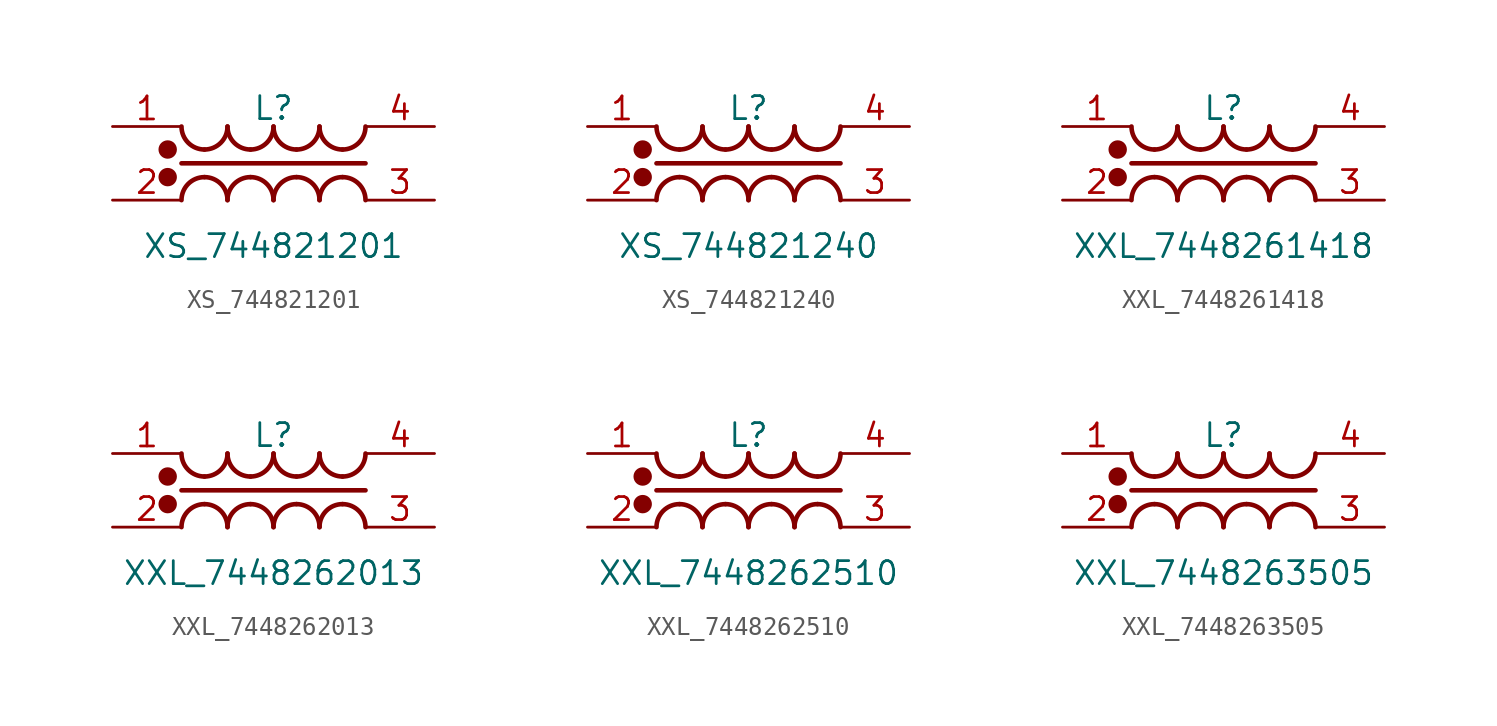
<source format=kicad_sym>
(kicad_symbol_lib
  (version 20211014)
  (generator kicad_symbol_editor)
  (symbol "Inductor_Wurth_WE-CMB:XS_744821201"
    (pin_names hide)
    (property "Reference" "L"
      (at 0 5.08 0)
      (effects (font (size 1.27 1.27))))
    (property "Value" "XS_744821201"
      (at 0 -2.54 0)
      (effects (font (size 1.27 1.27))))
    (symbol "XS_744821201_0_1"
      (arc (start -5.08 4.064) (mid -4.708 3.166) (end -3.81 2.794) (stroke (width 0.254) (type default)) (fill (type none)))
      (arc (start -3.81 1.27) (mid -4.708 0.898) (end -5.08 0) (stroke (width 0.254) (type default)) (fill (type none)))
      (arc (start -3.81 2.794) (mid -2.912 3.166) (end -2.54 4.064) (stroke (width 0.254) (type default)) (fill (type none)))
      (arc (start -2.54 0) (mid -2.912 0.898) (end -3.81 1.27) (stroke (width 0.254) (type default)) (fill (type none)))
      (arc (start -2.5399 4.0639) (mid -2.1679 3.1659) (end -1.2699 2.7939) (stroke (width 0.254) (type default)) (fill (type none)))
      (arc (start -1.2699 1.2701) (mid -2.1679 0.8981) (end -2.5399 0.0001) (stroke (width 0.254) (type default)) (fill (type none)))
      (arc (start -1.2699 2.7939) (mid -0.3719 3.1659) (end 0.0001 4.0639) (stroke (width 0.254) (type default)) (fill (type none)))
      (arc (start 0.0001 0.0001) (mid -0.3719 0.8981) (end -1.2699 1.2701) (stroke (width 0.254) (type default)) (fill (type none)))
      (polyline (pts (xy -5.08 2.032) (xy 5.08 2.032)) (stroke (width 0.254) (type default)) (fill (type none)))
      (arc (start 0.0001 4.0639) (mid 0.3721 3.166) (end 1.2701 2.7939) (stroke (width 0.254) (type default)) (fill (type none)))
      (arc (start 1.2701 1.2701) (mid 0.3721 0.8981) (end 0.0001 0.0001) (stroke (width 0.254) (type default)) (fill (type none)))
      (arc (start 1.2701 2.7939) (mid 2.1681 3.1659) (end 2.5401 4.0639) (stroke (width 0.254) (type default)) (fill (type none)))
      (arc (start 2.5401 0.0001) (mid 2.1681 0.8981) (end 1.2701 1.2701) (stroke (width 0.254) (type default)) (fill (type none)))
      (arc (start 2.5401 4.0639) (mid 2.9121 3.166) (end 3.8101 2.7939) (stroke (width 0.254) (type default)) (fill (type none)))
      (arc (start 3.8101 1.2701) (mid 2.9121 0.8981) (end 2.5401 0.0001) (stroke (width 0.254) (type default)) (fill (type none)))
      (arc (start 3.8101 2.7939) (mid 4.7081 3.1659) (end 5.0801 4.0639) (stroke (width 0.254) (type default)) (fill (type none)))
      (arc (start 5.0801 0.0001) (mid 4.7081 0.8981) (end 3.8101 1.2701) (stroke (width 0.254) (type default)) (fill (type none))))
    (symbol "XS_744821201_1_1"
      (circle (center -5.842 1.27) (radius 0.0001) (stroke (width 0.508) (type default)) (fill (type none)))
      (circle (center -5.842 2.794) (radius 0.0001) (stroke (width 0.508) (type default)) (fill (type none)))
      (pin passive line (at -8.89 4.064 0) (length 3.81) (name "1" (effects (font (size 1.27 1.27)))) (number "1" (effects (font (size 1.27 1.27)))))
      (pin passive line (at -8.89 0 0) (length 3.81) (name "2" (effects (font (size 1.27 1.27)))) (number "2" (effects (font (size 1.27 1.27)))))
      (pin passive line (at 8.89 0 180) (length 3.81) (name "3" (effects (font (size 1.27 1.27)))) (number "3" (effects (font (size 1.27 1.27)))))
      (pin passive line (at 8.89 4.064 180) (length 3.81) (name "4" (effects (font (size 1.27 1.27)))) (number "4" (effects (font (size 1.27 1.27)))))))
  (symbol "Inductor_Wurth_WE-CMB:XS_744821240"
    (pin_names hide)
    (property "Reference" "L"
      (at 0 5.08 0)
      (effects (font (size 1.27 1.27))))
    (property "Value" "XS_744821240"
      (at 0 -2.54 0)
      (effects (font (size 1.27 1.27))))
    (symbol "XS_744821240_0_1"
      (arc (start -5.08 4.064) (mid -4.708 3.166) (end -3.81 2.794) (stroke (width 0.254) (type default)) (fill (type none)))
      (arc (start -3.81 1.27) (mid -4.708 0.898) (end -5.08 0) (stroke (width 0.254) (type default)) (fill (type none)))
      (arc (start -3.81 2.794) (mid -2.912 3.166) (end -2.54 4.064) (stroke (width 0.254) (type default)) (fill (type none)))
      (arc (start -2.54 0) (mid -2.912 0.898) (end -3.81 1.27) (stroke (width 0.254) (type default)) (fill (type none)))
      (arc (start -2.5399 4.0639) (mid -2.1679 3.1659) (end -1.2699 2.7939) (stroke (width 0.254) (type default)) (fill (type none)))
      (arc (start -1.2699 1.2701) (mid -2.1679 0.8981) (end -2.5399 0.0001) (stroke (width 0.254) (type default)) (fill (type none)))
      (arc (start -1.2699 2.7939) (mid -0.3719 3.1659) (end 0.0001 4.0639) (stroke (width 0.254) (type default)) (fill (type none)))
      (arc (start 0.0001 0.0001) (mid -0.3719 0.8981) (end -1.2699 1.2701) (stroke (width 0.254) (type default)) (fill (type none)))
      (polyline (pts (xy -5.08 2.032) (xy 5.08 2.032)) (stroke (width 0.254) (type default)) (fill (type none)))
      (arc (start 0.0001 4.0639) (mid 0.3721 3.166) (end 1.2701 2.7939) (stroke (width 0.254) (type default)) (fill (type none)))
      (arc (start 1.2701 1.2701) (mid 0.3721 0.8981) (end 0.0001 0.0001) (stroke (width 0.254) (type default)) (fill (type none)))
      (arc (start 1.2701 2.7939) (mid 2.1681 3.1659) (end 2.5401 4.0639) (stroke (width 0.254) (type default)) (fill (type none)))
      (arc (start 2.5401 0.0001) (mid 2.1681 0.8981) (end 1.2701 1.2701) (stroke (width 0.254) (type default)) (fill (type none)))
      (arc (start 2.5401 4.0639) (mid 2.9121 3.166) (end 3.8101 2.7939) (stroke (width 0.254) (type default)) (fill (type none)))
      (arc (start 3.8101 1.2701) (mid 2.9121 0.8981) (end 2.5401 0.0001) (stroke (width 0.254) (type default)) (fill (type none)))
      (arc (start 3.8101 2.7939) (mid 4.7081 3.1659) (end 5.0801 4.0639) (stroke (width 0.254) (type default)) (fill (type none)))
      (arc (start 5.0801 0.0001) (mid 4.7081 0.8981) (end 3.8101 1.2701) (stroke (width 0.254) (type default)) (fill (type none))))
    (symbol "XS_744821240_1_1"
      (circle (center -5.842 1.27) (radius 0.0001) (stroke (width 0.508) (type default)) (fill (type none)))
      (circle (center -5.842 2.794) (radius 0.0001) (stroke (width 0.508) (type default)) (fill (type none)))
      (pin passive line (at -8.89 4.064 0) (length 3.81) (name "1" (effects (font (size 1.27 1.27)))) (number "1" (effects (font (size 1.27 1.27)))))
      (pin passive line (at -8.89 0 0) (length 3.81) (name "2" (effects (font (size 1.27 1.27)))) (number "2" (effects (font (size 1.27 1.27)))))
      (pin passive line (at 8.89 0 180) (length 3.81) (name "3" (effects (font (size 1.27 1.27)))) (number "3" (effects (font (size 1.27 1.27)))))
      (pin passive line (at 8.89 4.064 180) (length 3.81) (name "4" (effects (font (size 1.27 1.27)))) (number "4" (effects (font (size 1.27 1.27)))))))
  (symbol "Inductor_Wurth_WE-CMB:XXL_7448261418"
    (pin_names hide)
    (property "Reference" "L"
      (at 0 5.08 0)
      (effects (font (size 1.27 1.27))))
    (property "Value" "XXL_7448261418"
      (at 0 -2.54 0)
      (effects (font (size 1.27 1.27))))
    (symbol "XXL_7448261418_0_1"
      (arc (start -5.08 4.064) (mid -4.708 3.166) (end -3.81 2.794) (stroke (width 0.254) (type default)) (fill (type none)))
      (arc (start -3.81 1.27) (mid -4.708 0.898) (end -5.08 0) (stroke (width 0.254) (type default)) (fill (type none)))
      (arc (start -3.81 2.794) (mid -2.912 3.166) (end -2.54 4.064) (stroke (width 0.254) (type default)) (fill (type none)))
      (arc (start -2.54 0) (mid -2.912 0.898) (end -3.81 1.27) (stroke (width 0.254) (type default)) (fill (type none)))
      (arc (start -2.5399 4.0639) (mid -2.1679 3.1659) (end -1.2699 2.7939) (stroke (width 0.254) (type default)) (fill (type none)))
      (arc (start -1.2699 1.2701) (mid -2.1679 0.8981) (end -2.5399 0.0001) (stroke (width 0.254) (type default)) (fill (type none)))
      (arc (start -1.2699 2.7939) (mid -0.3719 3.1659) (end 0.0001 4.0639) (stroke (width 0.254) (type default)) (fill (type none)))
      (arc (start 0.0001 0.0001) (mid -0.3719 0.8981) (end -1.2699 1.2701) (stroke (width 0.254) (type default)) (fill (type none)))
      (polyline (pts (xy -5.08 2.032) (xy 5.08 2.032)) (stroke (width 0.254) (type default)) (fill (type none)))
      (arc (start 0.0001 4.0639) (mid 0.3721 3.166) (end 1.2701 2.7939) (stroke (width 0.254) (type default)) (fill (type none)))
      (arc (start 1.2701 1.2701) (mid 0.3721 0.8981) (end 0.0001 0.0001) (stroke (width 0.254) (type default)) (fill (type none)))
      (arc (start 1.2701 2.7939) (mid 2.1681 3.1659) (end 2.5401 4.0639) (stroke (width 0.254) (type default)) (fill (type none)))
      (arc (start 2.5401 0.0001) (mid 2.1681 0.8981) (end 1.2701 1.2701) (stroke (width 0.254) (type default)) (fill (type none)))
      (arc (start 2.5401 4.0639) (mid 2.9121 3.166) (end 3.8101 2.7939) (stroke (width 0.254) (type default)) (fill (type none)))
      (arc (start 3.8101 1.2701) (mid 2.9121 0.8981) (end 2.5401 0.0001) (stroke (width 0.254) (type default)) (fill (type none)))
      (arc (start 3.8101 2.7939) (mid 4.7081 3.1659) (end 5.0801 4.0639) (stroke (width 0.254) (type default)) (fill (type none)))
      (arc (start 5.0801 0.0001) (mid 4.7081 0.8981) (end 3.8101 1.2701) (stroke (width 0.254) (type default)) (fill (type none))))
    (symbol "XXL_7448261418_1_1"
      (circle (center -5.842 1.27) (radius 0.0001) (stroke (width 0.508) (type default)) (fill (type none)))
      (circle (center -5.842 2.794) (radius 0.0001) (stroke (width 0.508) (type default)) (fill (type none)))
      (pin passive line (at -8.89 4.064 0) (length 3.81) (name "1" (effects (font (size 1.27 1.27)))) (number "1" (effects (font (size 1.27 1.27)))))
      (pin passive line (at -8.89 0 0) (length 3.81) (name "2" (effects (font (size 1.27 1.27)))) (number "2" (effects (font (size 1.27 1.27)))))
      (pin passive line (at 8.89 0 180) (length 3.81) (name "3" (effects (font (size 1.27 1.27)))) (number "3" (effects (font (size 1.27 1.27)))))
      (pin passive line (at 8.89 4.064 180) (length 3.81) (name "4" (effects (font (size 1.27 1.27)))) (number "4" (effects (font (size 1.27 1.27)))))))
  (symbol "Inductor_Wurth_WE-CMB:XXL_7448262013"
    (pin_names hide)
    (property "Reference" "L"
      (at 0 5.08 0)
      (effects (font (size 1.27 1.27))))
    (property "Value" "XXL_7448262013"
      (at 0 -2.54 0)
      (effects (font (size 1.27 1.27))))
    (symbol "XXL_7448262013_0_1"
      (arc (start -5.08 4.064) (mid -4.708 3.166) (end -3.81 2.794) (stroke (width 0.254) (type default)) (fill (type none)))
      (arc (start -3.81 1.27) (mid -4.708 0.898) (end -5.08 0) (stroke (width 0.254) (type default)) (fill (type none)))
      (arc (start -3.81 2.794) (mid -2.912 3.166) (end -2.54 4.064) (stroke (width 0.254) (type default)) (fill (type none)))
      (arc (start -2.54 0) (mid -2.912 0.898) (end -3.81 1.27) (stroke (width 0.254) (type default)) (fill (type none)))
      (arc (start -2.5399 4.0639) (mid -2.1679 3.1659) (end -1.2699 2.7939) (stroke (width 0.254) (type default)) (fill (type none)))
      (arc (start -1.2699 1.2701) (mid -2.1679 0.8981) (end -2.5399 0.0001) (stroke (width 0.254) (type default)) (fill (type none)))
      (arc (start -1.2699 2.7939) (mid -0.3719 3.1659) (end 0.0001 4.0639) (stroke (width 0.254) (type default)) (fill (type none)))
      (arc (start 0.0001 0.0001) (mid -0.3719 0.8981) (end -1.2699 1.2701) (stroke (width 0.254) (type default)) (fill (type none)))
      (polyline (pts (xy -5.08 2.032) (xy 5.08 2.032)) (stroke (width 0.254) (type default)) (fill (type none)))
      (arc (start 0.0001 4.0639) (mid 0.3721 3.166) (end 1.2701 2.7939) (stroke (width 0.254) (type default)) (fill (type none)))
      (arc (start 1.2701 1.2701) (mid 0.3721 0.8981) (end 0.0001 0.0001) (stroke (width 0.254) (type default)) (fill (type none)))
      (arc (start 1.2701 2.7939) (mid 2.1681 3.1659) (end 2.5401 4.0639) (stroke (width 0.254) (type default)) (fill (type none)))
      (arc (start 2.5401 0.0001) (mid 2.1681 0.8981) (end 1.2701 1.2701) (stroke (width 0.254) (type default)) (fill (type none)))
      (arc (start 2.5401 4.0639) (mid 2.9121 3.166) (end 3.8101 2.7939) (stroke (width 0.254) (type default)) (fill (type none)))
      (arc (start 3.8101 1.2701) (mid 2.9121 0.8981) (end 2.5401 0.0001) (stroke (width 0.254) (type default)) (fill (type none)))
      (arc (start 3.8101 2.7939) (mid 4.7081 3.1659) (end 5.0801 4.0639) (stroke (width 0.254) (type default)) (fill (type none)))
      (arc (start 5.0801 0.0001) (mid 4.7081 0.8981) (end 3.8101 1.2701) (stroke (width 0.254) (type default)) (fill (type none))))
    (symbol "XXL_7448262013_1_1"
      (circle (center -5.842 1.27) (radius 0.0001) (stroke (width 0.508) (type default)) (fill (type none)))
      (circle (center -5.842 2.794) (radius 0.0001) (stroke (width 0.508) (type default)) (fill (type none)))
      (pin passive line (at -8.89 4.064 0) (length 3.81) (name "1" (effects (font (size 1.27 1.27)))) (number "1" (effects (font (size 1.27 1.27)))))
      (pin passive line (at -8.89 0 0) (length 3.81) (name "2" (effects (font (size 1.27 1.27)))) (number "2" (effects (font (size 1.27 1.27)))))
      (pin passive line (at 8.89 0 180) (length 3.81) (name "3" (effects (font (size 1.27 1.27)))) (number "3" (effects (font (size 1.27 1.27)))))
      (pin passive line (at 8.89 4.064 180) (length 3.81) (name "4" (effects (font (size 1.27 1.27)))) (number "4" (effects (font (size 1.27 1.27)))))))
  (symbol "Inductor_Wurth_WE-CMB:XXL_7448262510"
    (pin_names hide)
    (property "Reference" "L"
      (at 0 5.08 0)
      (effects (font (size 1.27 1.27))))
    (property "Value" "XXL_7448262510"
      (at 0 -2.54 0)
      (effects (font (size 1.27 1.27))))
    (symbol "XXL_7448262510_0_1"
      (arc (start -5.08 4.064) (mid -4.708 3.166) (end -3.81 2.794) (stroke (width 0.254) (type default)) (fill (type none)))
      (arc (start -3.81 1.27) (mid -4.708 0.898) (end -5.08 0) (stroke (width 0.254) (type default)) (fill (type none)))
      (arc (start -3.81 2.794) (mid -2.912 3.166) (end -2.54 4.064) (stroke (width 0.254) (type default)) (fill (type none)))
      (arc (start -2.54 0) (mid -2.912 0.898) (end -3.81 1.27) (stroke (width 0.254) (type default)) (fill (type none)))
      (arc (start -2.5399 4.0639) (mid -2.1679 3.1659) (end -1.2699 2.7939) (stroke (width 0.254) (type default)) (fill (type none)))
      (arc (start -1.2699 1.2701) (mid -2.1679 0.8981) (end -2.5399 0.0001) (stroke (width 0.254) (type default)) (fill (type none)))
      (arc (start -1.2699 2.7939) (mid -0.3719 3.1659) (end 0.0001 4.0639) (stroke (width 0.254) (type default)) (fill (type none)))
      (arc (start 0.0001 0.0001) (mid -0.3719 0.8981) (end -1.2699 1.2701) (stroke (width 0.254) (type default)) (fill (type none)))
      (polyline (pts (xy -5.08 2.032) (xy 5.08 2.032)) (stroke (width 0.254) (type default)) (fill (type none)))
      (arc (start 0.0001 4.0639) (mid 0.3721 3.166) (end 1.2701 2.7939) (stroke (width 0.254) (type default)) (fill (type none)))
      (arc (start 1.2701 1.2701) (mid 0.3721 0.8981) (end 0.0001 0.0001) (stroke (width 0.254) (type default)) (fill (type none)))
      (arc (start 1.2701 2.7939) (mid 2.1681 3.1659) (end 2.5401 4.0639) (stroke (width 0.254) (type default)) (fill (type none)))
      (arc (start 2.5401 0.0001) (mid 2.1681 0.8981) (end 1.2701 1.2701) (stroke (width 0.254) (type default)) (fill (type none)))
      (arc (start 2.5401 4.0639) (mid 2.9121 3.166) (end 3.8101 2.7939) (stroke (width 0.254) (type default)) (fill (type none)))
      (arc (start 3.8101 1.2701) (mid 2.9121 0.8981) (end 2.5401 0.0001) (stroke (width 0.254) (type default)) (fill (type none)))
      (arc (start 3.8101 2.7939) (mid 4.7081 3.1659) (end 5.0801 4.0639) (stroke (width 0.254) (type default)) (fill (type none)))
      (arc (start 5.0801 0.0001) (mid 4.7081 0.8981) (end 3.8101 1.2701) (stroke (width 0.254) (type default)) (fill (type none))))
    (symbol "XXL_7448262510_1_1"
      (circle (center -5.842 1.27) (radius 0.0001) (stroke (width 0.508) (type default)) (fill (type none)))
      (circle (center -5.842 2.794) (radius 0.0001) (stroke (width 0.508) (type default)) (fill (type none)))
      (pin passive line (at -8.89 4.064 0) (length 3.81) (name "1" (effects (font (size 1.27 1.27)))) (number "1" (effects (font (size 1.27 1.27)))))
      (pin passive line (at -8.89 0 0) (length 3.81) (name "2" (effects (font (size 1.27 1.27)))) (number "2" (effects (font (size 1.27 1.27)))))
      (pin passive line (at 8.89 0 180) (length 3.81) (name "3" (effects (font (size 1.27 1.27)))) (number "3" (effects (font (size 1.27 1.27)))))
      (pin passive line (at 8.89 4.064 180) (length 3.81) (name "4" (effects (font (size 1.27 1.27)))) (number "4" (effects (font (size 1.27 1.27)))))))
  (symbol "Inductor_Wurth_WE-CMB:XXL_7448263505"
    (pin_names hide)
    (property "Reference" "L"
      (at 0 5.08 0)
      (effects (font (size 1.27 1.27))))
    (property "Value" "XXL_7448263505"
      (at 0 -2.54 0)
      (effects (font (size 1.27 1.27))))
    (symbol "XXL_7448263505_0_1"
      (arc (start -5.08 4.064) (mid -4.708 3.166) (end -3.81 2.794) (stroke (width 0.254) (type default)) (fill (type none)))
      (arc (start -3.81 1.27) (mid -4.708 0.898) (end -5.08 0) (stroke (width 0.254) (type default)) (fill (type none)))
      (arc (start -3.81 2.794) (mid -2.912 3.166) (end -2.54 4.064) (stroke (width 0.254) (type default)) (fill (type none)))
      (arc (start -2.54 0) (mid -2.912 0.898) (end -3.81 1.27) (stroke (width 0.254) (type default)) (fill (type none)))
      (arc (start -2.5399 4.0639) (mid -2.1679 3.1659) (end -1.2699 2.7939) (stroke (width 0.254) (type default)) (fill (type none)))
      (arc (start -1.2699 1.2701) (mid -2.1679 0.8981) (end -2.5399 0.0001) (stroke (width 0.254) (type default)) (fill (type none)))
      (arc (start -1.2699 2.7939) (mid -0.3719 3.1659) (end 0.0001 4.0639) (stroke (width 0.254) (type default)) (fill (type none)))
      (arc (start 0.0001 0.0001) (mid -0.3719 0.8981) (end -1.2699 1.2701) (stroke (width 0.254) (type default)) (fill (type none)))
      (polyline (pts (xy -5.08 2.032) (xy 5.08 2.032)) (stroke (width 0.254) (type default)) (fill (type none)))
      (arc (start 0.0001 4.0639) (mid 0.3721 3.166) (end 1.2701 2.7939) (stroke (width 0.254) (type default)) (fill (type none)))
      (arc (start 1.2701 1.2701) (mid 0.3721 0.8981) (end 0.0001 0.0001) (stroke (width 0.254) (type default)) (fill (type none)))
      (arc (start 1.2701 2.7939) (mid 2.1681 3.1659) (end 2.5401 4.0639) (stroke (width 0.254) (type default)) (fill (type none)))
      (arc (start 2.5401 0.0001) (mid 2.1681 0.8981) (end 1.2701 1.2701) (stroke (width 0.254) (type default)) (fill (type none)))
      (arc (start 2.5401 4.0639) (mid 2.9121 3.166) (end 3.8101 2.7939) (stroke (width 0.254) (type default)) (fill (type none)))
      (arc (start 3.8101 1.2701) (mid 2.9121 0.8981) (end 2.5401 0.0001) (stroke (width 0.254) (type default)) (fill (type none)))
      (arc (start 3.8101 2.7939) (mid 4.7081 3.1659) (end 5.0801 4.0639) (stroke (width 0.254) (type default)) (fill (type none)))
      (arc (start 5.0801 0.0001) (mid 4.7081 0.8981) (end 3.8101 1.2701) (stroke (width 0.254) (type default)) (fill (type none))))
    (symbol "XXL_7448263505_1_1"
      (circle (center -5.842 1.27) (radius 0.0001) (stroke (width 0.508) (type default)) (fill (type none)))
      (circle (center -5.842 2.794) (radius 0.0001) (stroke (width 0.508) (type default)) (fill (type none)))
      (pin passive line (at -8.89 4.064 0) (length 3.81) (name "1" (effects (font (size 1.27 1.27)))) (number "1" (effects (font (size 1.27 1.27)))))
      (pin passive line (at -8.89 0 0) (length 3.81) (name "2" (effects (font (size 1.27 1.27)))) (number "2" (effects (font (size 1.27 1.27)))))
      (pin passive line (at 8.89 0 180) (length 3.81) (name "3" (effects (font (size 1.27 1.27)))) (number "3" (effects (font (size 1.27 1.27)))))
      (pin passive line (at 8.89 4.064 180) (length 3.81) (name "4" (effects (font (size 1.27 1.27)))) (number "4" (effects (font (size 1.27 1.27))))))))
</source>
